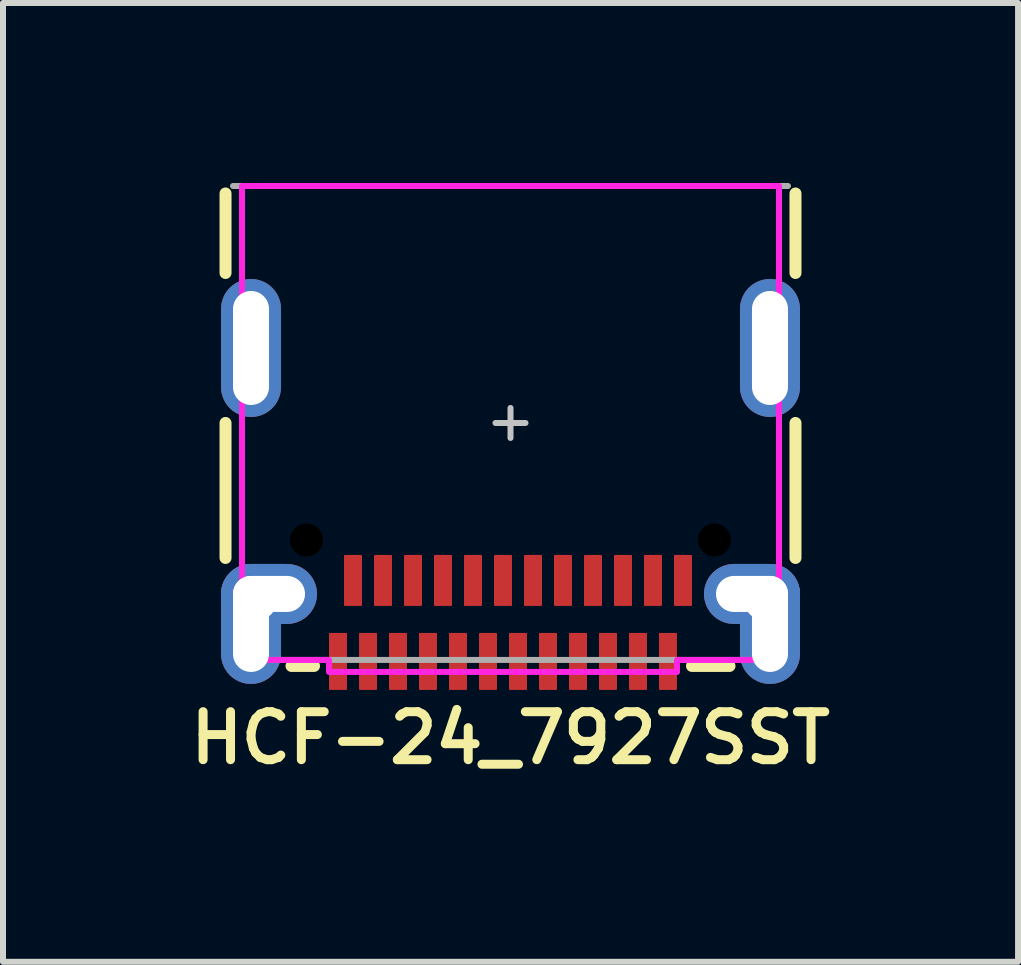
<source format=kicad_pcb>
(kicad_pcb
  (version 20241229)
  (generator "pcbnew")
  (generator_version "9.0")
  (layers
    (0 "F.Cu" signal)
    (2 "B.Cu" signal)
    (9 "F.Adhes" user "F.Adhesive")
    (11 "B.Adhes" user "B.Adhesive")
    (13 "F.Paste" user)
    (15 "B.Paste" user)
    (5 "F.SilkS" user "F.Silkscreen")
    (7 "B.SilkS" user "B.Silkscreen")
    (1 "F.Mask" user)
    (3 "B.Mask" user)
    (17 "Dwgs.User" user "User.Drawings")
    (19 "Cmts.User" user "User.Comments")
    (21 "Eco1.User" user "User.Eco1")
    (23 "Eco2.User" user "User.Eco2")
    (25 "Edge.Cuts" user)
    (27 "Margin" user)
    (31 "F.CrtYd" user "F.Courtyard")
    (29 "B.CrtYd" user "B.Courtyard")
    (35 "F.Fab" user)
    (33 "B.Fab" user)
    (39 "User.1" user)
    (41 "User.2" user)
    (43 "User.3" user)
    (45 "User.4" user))
  (footprint "HCF-24_7927SST"
    (layer "F.Cu")
    (at 5.459 4)
    (property "Reference" "HCF-24_7927SST" (at 0 5.25 0) (unlocked yes) (layer "F.SilkS") (effects (font (size 0.8 0.8) (thickness 0.15))))
    (attr smd)
    (fp_line (start -4.75 -3.825) (end -4.75 -2.5) (stroke (width 0.2) (type solid)) (layer "F.SilkS"))
    (fp_line (start -4.75 0) (end -4.75 2.25) (stroke (width 0.2) (type solid)) (layer "F.SilkS"))
    (fp_line (start -3.65 4.05) (end -3.275 4.05) (stroke (width 0.2) (type solid)) (layer "F.SilkS"))
    (fp_line (start 3.025 4.05) (end 3.65 4.05) (stroke (width 0.2) (type solid)) (layer "F.SilkS"))
    (fp_line (start 4.75 -3.825) (end 4.75 -2.5) (stroke (width 0.2) (type solid)) (layer "F.SilkS"))
    (fp_line (start 4.75 0) (end 4.75 2.25) (stroke (width 0.2) (type solid)) (layer "F.SilkS"))
    (fp_poly (pts (xy -3.8 -2.125) (xy -3.8 -0.375) (xy -4.05 -0.05) (xy -4.55 -0.05) (xy -4.95 -0.5) (xy -4.95 -2) (xy -4.55 -2.45) (xy -4.05 -2.45)) (stroke (width 0.2) (type solid)) (fill yes) (layer "F.Paste"))
    (fp_poly (pts (xy 3.8 -2.125) (xy 3.8 -0.375) (xy 4.05 -0.05) (xy 4.55 -0.05) (xy 4.95 -0.5) (xy 4.95 -2) (xy 4.55 -2.45) (xy 4.05 -2.45)) (stroke (width 0.2) (type solid)) (fill yes) (layer "F.Paste"))
    (fp_poly (pts (xy -3.325 2.55) (xy -3.325 3.2) (xy -3.75 3.625) (xy -3.75 4) (xy -4.125 4.375) (xy -4.625 4.375) (xy -4.875 4.125) (xy -4.875 2.625) (xy -4.6 2.35) (xy -3.525 2.35)) (stroke (width 0.2) (type solid)) (fill yes) (layer "F.Paste"))
    (fp_poly (pts (xy 3.325 2.55) (xy 3.325 3.2) (xy 3.75 3.625) (xy 3.75 4) (xy 4.125 4.375) (xy 4.625 4.375) (xy 4.875 4.125) (xy 4.875 2.625) (xy 4.6 2.35) (xy 3.525 2.35)) (stroke (width 0.2) (type solid)) (fill yes) (layer "F.Paste"))
    (fp_line (start 0 0.25) (end 0 -0.25) (stroke (width 0.1) (type solid)) (layer "Dwgs.User"))
    (fp_line (start 0.25 0) (end -0.25 0) (stroke (width 0.1) (type solid)) (layer "Dwgs.User"))
    (fp_poly (pts (xy -3.025 3.95) (xy -4.475 3.95) (xy -4.475 -3.95) (xy 4.475 -3.95) (xy 4.475 3.95) (xy 2.775 3.95) (xy 2.775 4.15) (xy -3.025 4.15)) (stroke (width 0.1) (type solid)) (fill no) (layer "F.CrtYd"))
    (fp_line (start -4.625 -3.95) (end 4.625 -3.95) (stroke (width 0.1) (type solid)) (layer "F.Fab"))
    (fp_rect (start 4.475 3.95) (end -4.475 -3.95) (stroke (width 0.1) (type solid)) (fill no) (layer "F.Fab"))
    (pad "" np_thru_hole circle (at -3.4 1.95) (size 0.55 0.55) (drill 0.55) (layers "*.Mask"))
    (pad "" np_thru_hole circle (at 3.4 1.95) (size 0.55 0.55) (drill 0.55) (layers "*.Mask"))
    (pad "A1" smd roundrect (at 2.625 3.975 270) (size 0.95 0.3) (layers "F.Cu" "F.Mask" "F.Paste") (roundrect_rratio 0.05))
    (pad "A2" smd roundrect (at 2.125 3.975 270) (size 0.95 0.3) (layers "F.Cu" "F.Mask" "F.Paste") (roundrect_rratio 0.05))
    (pad "A3" smd roundrect (at 1.625 3.975 270) (size 0.95 0.3) (layers "F.Cu" "F.Mask" "F.Paste") (roundrect_rratio 0.05))
    (pad "A4" smd roundrect (at 1.125 3.975 270) (size 0.95 0.3) (layers "F.Cu" "F.Mask" "F.Paste") (roundrect_rratio 0.05))
    (pad "A5" smd roundrect (at 0.625 3.975 270) (size 0.95 0.3) (layers "F.Cu" "F.Mask" "F.Paste") (roundrect_rratio 0.05))
    (pad "A6" smd roundrect (at 0.125 3.975 270) (size 0.95 0.3) (layers "F.Cu" "F.Mask" "F.Paste") (roundrect_rratio 0.05))
    (pad "A7" smd roundrect (at -0.375 3.975 270) (size 0.95 0.3) (layers "F.Cu" "F.Mask" "F.Paste") (roundrect_rratio 0.05))
    (pad "A8" smd roundrect (at -0.875 3.975 270) (size 0.95 0.3) (layers "F.Cu" "F.Mask" "F.Paste") (roundrect_rratio 0.05))
    (pad "A9" smd roundrect (at -1.375 3.975 270) (size 0.95 0.3) (layers "F.Cu" "F.Mask" "F.Paste") (roundrect_rratio 0.05))
    (pad "A10" smd roundrect (at -1.875 3.975 270) (size 0.95 0.3) (layers "F.Cu" "F.Mask" "F.Paste") (roundrect_rratio 0.05))
    (pad "A11" smd roundrect (at -2.375 3.975 270) (size 0.95 0.3) (layers "F.Cu" "F.Mask" "F.Paste") (roundrect_rratio 0.05))
    (pad "A12" smd roundrect (at -2.875 3.975 270) (size 0.95 0.3) (layers "F.Cu" "F.Mask" "F.Paste") (roundrect_rratio 0.05))
    (pad "B1" smd roundrect (at -2.625 2.625 270) (size 0.85 0.3) (layers "F.Cu" "F.Mask" "F.Paste") (roundrect_rratio 0.05))
    (pad "B2" smd roundrect (at -2.125 2.625 270) (size 0.85 0.3) (layers "F.Cu" "F.Mask" "F.Paste") (roundrect_rratio 0.05))
    (pad "B3" smd roundrect (at -1.625 2.625 270) (size 0.85 0.3) (layers "F.Cu" "F.Mask" "F.Paste") (roundrect_rratio 0.05))
    (pad "B4" smd roundrect (at -1.125 2.625 270) (size 0.85 0.3) (layers "F.Cu" "F.Mask" "F.Paste") (roundrect_rratio 0.05))
    (pad "B5" smd roundrect (at -0.625 2.625 270) (size 0.85 0.3) (layers "F.Cu" "F.Mask" "F.Paste") (roundrect_rratio 0.05))
    (pad "B6" smd roundrect (at -0.125 2.625 270) (size 0.85 0.3) (layers "F.Cu" "F.Mask" "F.Paste") (roundrect_rratio 0.05))
    (pad "B7" smd roundrect (at 0.375 2.625 270) (size 0.85 0.3) (layers "F.Cu" "F.Mask" "F.Paste") (roundrect_rratio 0.05))
    (pad "B8" smd roundrect (at 0.875 2.625 270) (size 0.85 0.3) (layers "F.Cu" "F.Mask" "F.Paste") (roundrect_rratio 0.05))
    (pad "B9" smd roundrect (at 1.375 2.625 270) (size 0.85 0.3) (layers "F.Cu" "F.Mask" "F.Paste") (roundrect_rratio 0.05))
    (pad "B10" smd roundrect (at 1.875 2.625 270) (size 0.85 0.3) (layers "F.Cu" "F.Mask" "F.Paste") (roundrect_rratio 0.05))
    (pad "B11" smd roundrect (at 2.375 2.625 270) (size 0.85 0.3) (layers "F.Cu" "F.Mask" "F.Paste") (roundrect_rratio 0.05))
    (pad "B12" smd roundrect (at 2.875 2.625 270) (size 0.85 0.3) (layers "F.Cu" "F.Mask" "F.Paste") (roundrect_rratio 0.05))
    (pad "SHELL" thru_hole oval (at -4.325 -1.25 270) (size 2.3 1) (drill oval 1.9 0.6) (layers "*.Cu" "*.Mask"))
    (pad "SHELL" thru_hole oval (at -4.325 3.35 90) (size 2 1) (drill oval 1.6 0.6) (layers "*.Cu" "*.Mask"))
    (pad "SHELL" thru_hole circle (at -4.2 2.975 90) (size 1 1) (drill 0.6) (layers "*.Cu" "*.Mask"))
    (pad "SHELL" thru_hole oval (at -4.025 2.85 180) (size 1.6 1) (drill oval 1.2 0.6) (layers "*.Cu" "*.Mask"))
    (pad "SHELL" thru_hole oval (at 4.025 2.85 180) (size 1.6 1) (drill oval 1.2 0.6) (layers "*.Cu" "*.Mask"))
    (pad "SHELL" thru_hole circle (at 4.2 2.975 90) (size 1 1) (drill 0.6) (layers "*.Cu" "*.Mask"))
    (pad "SHELL" thru_hole oval (at 4.325 -1.25 270) (size 2.3 1) (drill oval 1.9 0.6) (layers "*.Cu" "*.Mask"))
    (pad "SHELL" thru_hole oval (at 4.325 3.35 270) (size 2 1) (drill oval 1.6 0.6) (layers "*.Cu" "*.Mask")))
  (gr_rect
    (start -3 -3)
    (end 13.919 12.981)
    (stroke (width 0.1) (type default))
    (fill no)
    (layer "Edge.Cuts")))
</source>
